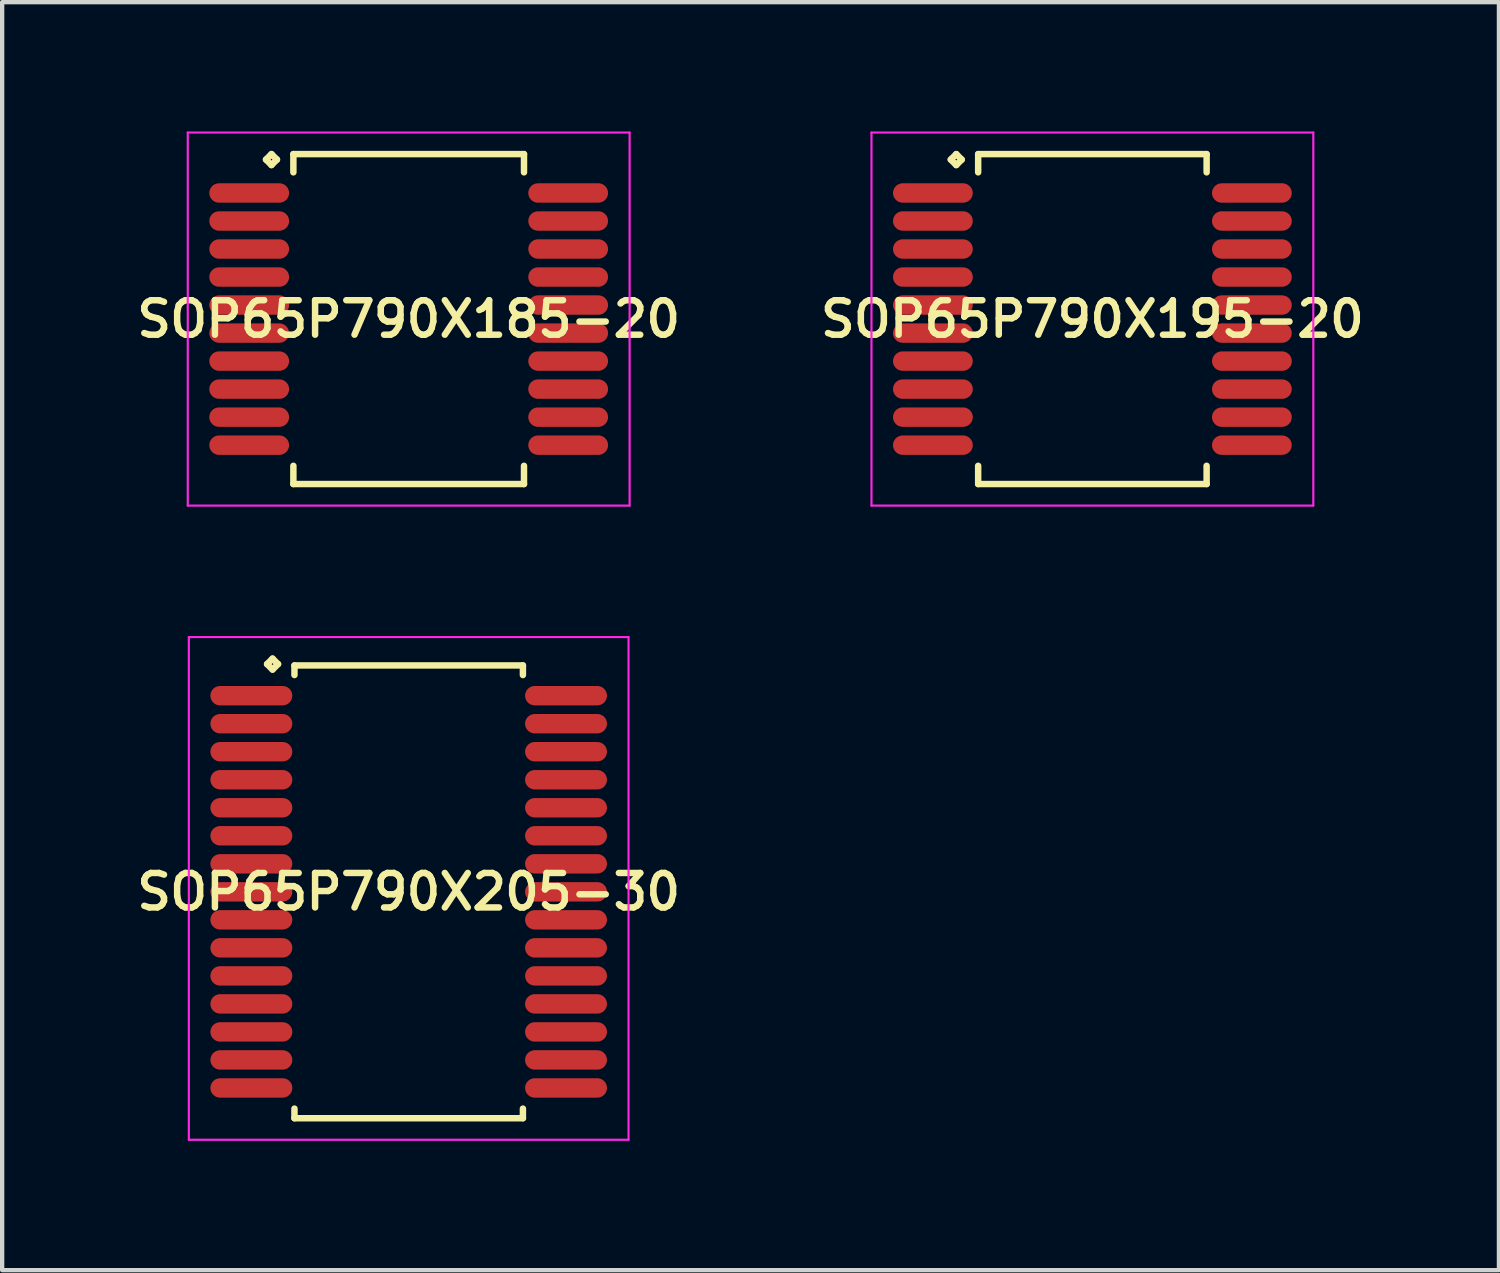
<source format=kicad_pcb>
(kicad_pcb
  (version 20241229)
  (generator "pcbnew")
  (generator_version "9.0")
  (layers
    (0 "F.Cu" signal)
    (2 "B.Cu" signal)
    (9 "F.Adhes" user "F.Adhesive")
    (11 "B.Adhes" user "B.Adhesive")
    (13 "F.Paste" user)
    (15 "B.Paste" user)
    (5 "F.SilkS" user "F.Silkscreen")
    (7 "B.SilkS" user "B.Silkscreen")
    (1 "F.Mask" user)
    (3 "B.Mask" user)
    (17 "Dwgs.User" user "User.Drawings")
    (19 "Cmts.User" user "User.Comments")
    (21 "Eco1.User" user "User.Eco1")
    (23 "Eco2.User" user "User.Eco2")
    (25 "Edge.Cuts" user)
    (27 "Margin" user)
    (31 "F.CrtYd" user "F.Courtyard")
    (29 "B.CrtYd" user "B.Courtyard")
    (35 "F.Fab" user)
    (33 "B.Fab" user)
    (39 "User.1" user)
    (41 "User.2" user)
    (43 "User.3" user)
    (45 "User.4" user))
  (footprint "SOP65P790X195-20"
    (layer "F.Cu")
    (at 22.292 4.352)
    (property "Reference" "SOP65P790X195-20" (at 0 0 0) (layer "F.SilkS") (effects (font (size 0.8 0.8) (thickness 0.15))))
    (attr smd)
    (fp_line (start -3.285 -3.7) (end -3.158 -3.827) (stroke (width 0.15) (type solid)) (layer "F.SilkS"))
    (fp_line (start -3.158 -3.827) (end -3.031 -3.7) (stroke (width 0.15) (type solid)) (layer "F.SilkS"))
    (fp_line (start -3.158 -3.573) (end -3.285 -3.7) (stroke (width 0.15) (type solid)) (layer "F.SilkS"))
    (fp_line (start -3.031 -3.7) (end -3.158 -3.573) (stroke (width 0.15) (type solid)) (layer "F.SilkS"))
    (fp_line (start -2.65 -3.827) (end 2.65 -3.827) (stroke (width 0.15) (type solid)) (layer "F.SilkS"))
    (fp_line (start -2.65 -3.404) (end -2.65 -3.827) (stroke (width 0.15) (type solid)) (layer "F.SilkS"))
    (fp_line (start -2.65 3.404) (end -2.65 3.827) (stroke (width 0.15) (type solid)) (layer "F.SilkS"))
    (fp_line (start -2.65 3.827) (end 2.65 3.827) (stroke (width 0.15) (type solid)) (layer "F.SilkS"))
    (fp_line (start 2.65 -3.827) (end 2.65 -3.404) (stroke (width 0.15) (type solid)) (layer "F.SilkS"))
    (fp_line (start 2.65 3.827) (end 2.65 3.404) (stroke (width 0.15) (type solid)) (layer "F.SilkS"))
    (fp_line (start -5.125 -4.327) (end 5.125 -4.327) (stroke (width 0.05) (type solid)) (layer "F.CrtYd"))
    (fp_line (start -5.125 4.327) (end -5.125 -4.327) (stroke (width 0.05) (type solid)) (layer "F.CrtYd"))
    (fp_line (start 5.125 -4.327) (end 5.125 4.327) (stroke (width 0.05) (type solid)) (layer "F.CrtYd"))
    (fp_line (start 5.125 4.327) (end -5.125 4.327) (stroke (width 0.05) (type solid)) (layer "F.CrtYd"))
    (pad "1" smd oval (at -3.7 -2.925) (size 1.85 0.45) (layers "F.Cu" "F.Mask" "F.Paste"))
    (pad "2" smd oval (at -3.7 -2.275) (size 1.85 0.45) (layers "F.Cu" "F.Mask" "F.Paste"))
    (pad "3" smd oval (at -3.7 -1.625) (size 1.85 0.45) (layers "F.Cu" "F.Mask" "F.Paste"))
    (pad "4" smd oval (at -3.7 -0.975) (size 1.85 0.45) (layers "F.Cu" "F.Mask" "F.Paste"))
    (pad "5" smd oval (at -3.7 -0.325) (size 1.85 0.45) (layers "F.Cu" "F.Mask" "F.Paste"))
    (pad "6" smd oval (at -3.7 0.325) (size 1.85 0.45) (layers "F.Cu" "F.Mask" "F.Paste"))
    (pad "7" smd oval (at -3.7 0.975) (size 1.85 0.45) (layers "F.Cu" "F.Mask" "F.Paste"))
    (pad "8" smd oval (at -3.7 1.625) (size 1.85 0.45) (layers "F.Cu" "F.Mask" "F.Paste"))
    (pad "9" smd oval (at -3.7 2.275) (size 1.85 0.45) (layers "F.Cu" "F.Mask" "F.Paste"))
    (pad "10" smd oval (at -3.7 2.925) (size 1.85 0.45) (layers "F.Cu" "F.Mask" "F.Paste"))
    (pad "11" smd oval (at 3.7 2.925) (size 1.85 0.45) (layers "F.Cu" "F.Mask" "F.Paste"))
    (pad "12" smd oval (at 3.7 2.275) (size 1.85 0.45) (layers "F.Cu" "F.Mask" "F.Paste"))
    (pad "13" smd oval (at 3.7 1.625) (size 1.85 0.45) (layers "F.Cu" "F.Mask" "F.Paste"))
    (pad "14" smd oval (at 3.7 0.975) (size 1.85 0.45) (layers "F.Cu" "F.Mask" "F.Paste"))
    (pad "15" smd oval (at 3.7 0.325) (size 1.85 0.45) (layers "F.Cu" "F.Mask" "F.Paste"))
    (pad "16" smd oval (at 3.7 -0.325) (size 1.85 0.45) (layers "F.Cu" "F.Mask" "F.Paste"))
    (pad "17" smd oval (at 3.7 -0.975) (size 1.85 0.45) (layers "F.Cu" "F.Mask" "F.Paste"))
    (pad "18" smd oval (at 3.7 -1.625) (size 1.85 0.45) (layers "F.Cu" "F.Mask" "F.Paste"))
    (pad "19" smd oval (at 3.7 -2.275) (size 1.85 0.45) (layers "F.Cu" "F.Mask" "F.Paste"))
    (pad "20" smd oval (at 3.7 -2.925) (size 1.85 0.45) (layers "F.Cu" "F.Mask" "F.Paste")))
  (footprint "SOP65P790X185-20"
    (layer "F.Cu")
    (at 6.431 4.352)
    (property "Reference" "SOP65P790X185-20" (at 0 0 0) (layer "F.SilkS") (effects (font (size 0.8 0.8) (thickness 0.15))))
    (attr smd)
    (fp_line (start -3.31 -3.7) (end -3.183 -3.827) (stroke (width 0.15) (type solid)) (layer "F.SilkS"))
    (fp_line (start -3.183 -3.827) (end -3.056 -3.7) (stroke (width 0.15) (type solid)) (layer "F.SilkS"))
    (fp_line (start -3.183 -3.573) (end -3.31 -3.7) (stroke (width 0.15) (type solid)) (layer "F.SilkS"))
    (fp_line (start -3.056 -3.7) (end -3.183 -3.573) (stroke (width 0.15) (type solid)) (layer "F.SilkS"))
    (fp_line (start -2.675 -3.827) (end 2.675 -3.827) (stroke (width 0.15) (type solid)) (layer "F.SilkS"))
    (fp_line (start -2.675 -3.404) (end -2.675 -3.827) (stroke (width 0.15) (type solid)) (layer "F.SilkS"))
    (fp_line (start -2.675 3.404) (end -2.675 3.827) (stroke (width 0.15) (type solid)) (layer "F.SilkS"))
    (fp_line (start -2.675 3.827) (end 2.675 3.827) (stroke (width 0.15) (type solid)) (layer "F.SilkS"))
    (fp_line (start 2.675 -3.827) (end 2.675 -3.404) (stroke (width 0.15) (type solid)) (layer "F.SilkS"))
    (fp_line (start 2.675 3.827) (end 2.675 3.404) (stroke (width 0.15) (type solid)) (layer "F.SilkS"))
    (fp_line (start -5.125 -4.327) (end 5.125 -4.327) (stroke (width 0.05) (type solid)) (layer "F.CrtYd"))
    (fp_line (start -5.125 4.327) (end -5.125 -4.327) (stroke (width 0.05) (type solid)) (layer "F.CrtYd"))
    (fp_line (start 5.125 -4.327) (end 5.125 4.327) (stroke (width 0.05) (type solid)) (layer "F.CrtYd"))
    (fp_line (start 5.125 4.327) (end -5.125 4.327) (stroke (width 0.05) (type solid)) (layer "F.CrtYd"))
    (pad "1" smd oval (at -3.7 -2.925) (size 1.85 0.45) (layers "F.Cu" "F.Mask" "F.Paste"))
    (pad "2" smd oval (at -3.7 -2.275) (size 1.85 0.45) (layers "F.Cu" "F.Mask" "F.Paste"))
    (pad "3" smd oval (at -3.7 -1.625) (size 1.85 0.45) (layers "F.Cu" "F.Mask" "F.Paste"))
    (pad "4" smd oval (at -3.7 -0.975) (size 1.85 0.45) (layers "F.Cu" "F.Mask" "F.Paste"))
    (pad "5" smd oval (at -3.7 -0.325) (size 1.85 0.45) (layers "F.Cu" "F.Mask" "F.Paste"))
    (pad "6" smd oval (at -3.7 0.325) (size 1.85 0.45) (layers "F.Cu" "F.Mask" "F.Paste"))
    (pad "7" smd oval (at -3.7 0.975) (size 1.85 0.45) (layers "F.Cu" "F.Mask" "F.Paste"))
    (pad "8" smd oval (at -3.7 1.625) (size 1.85 0.45) (layers "F.Cu" "F.Mask" "F.Paste"))
    (pad "9" smd oval (at -3.7 2.275) (size 1.85 0.45) (layers "F.Cu" "F.Mask" "F.Paste"))
    (pad "10" smd oval (at -3.7 2.925) (size 1.85 0.45) (layers "F.Cu" "F.Mask" "F.Paste"))
    (pad "11" smd oval (at 3.7 2.925) (size 1.85 0.45) (layers "F.Cu" "F.Mask" "F.Paste"))
    (pad "12" smd oval (at 3.7 2.275) (size 1.85 0.45) (layers "F.Cu" "F.Mask" "F.Paste"))
    (pad "13" smd oval (at 3.7 1.625) (size 1.85 0.45) (layers "F.Cu" "F.Mask" "F.Paste"))
    (pad "14" smd oval (at 3.7 0.975) (size 1.85 0.45) (layers "F.Cu" "F.Mask" "F.Paste"))
    (pad "15" smd oval (at 3.7 0.325) (size 1.85 0.45) (layers "F.Cu" "F.Mask" "F.Paste"))
    (pad "16" smd oval (at 3.7 -0.325) (size 1.85 0.45) (layers "F.Cu" "F.Mask" "F.Paste"))
    (pad "17" smd oval (at 3.7 -0.975) (size 1.85 0.45) (layers "F.Cu" "F.Mask" "F.Paste"))
    (pad "18" smd oval (at 3.7 -1.625) (size 1.85 0.45) (layers "F.Cu" "F.Mask" "F.Paste"))
    (pad "19" smd oval (at 3.7 -2.275) (size 1.85 0.45) (layers "F.Cu" "F.Mask" "F.Paste"))
    (pad "20" smd oval (at 3.7 -2.925) (size 1.85 0.45) (layers "F.Cu" "F.Mask" "F.Paste")))
  (footprint "SOP65P790X205-30"
    (layer "F.Cu")
    (at 6.431 17.639)
    (property "Reference" "SOP65P790X205-30" (at 0 0 0) (layer "F.SilkS") (effects (font (size 0.8 0.8) (thickness 0.15))))
    (attr smd)
    (fp_line (start -3.285 -5.283) (end -3.158 -5.41) (stroke (width 0.15) (type solid)) (layer "F.SilkS"))
    (fp_line (start -3.158 -5.41) (end -3.031 -5.283) (stroke (width 0.15) (type solid)) (layer "F.SilkS"))
    (fp_line (start -3.158 -5.156) (end -3.285 -5.283) (stroke (width 0.15) (type solid)) (layer "F.SilkS"))
    (fp_line (start -3.031 -5.283) (end -3.158 -5.156) (stroke (width 0.15) (type solid)) (layer "F.SilkS"))
    (fp_line (start -2.65 -5.252) (end 2.65 -5.252) (stroke (width 0.15) (type solid)) (layer "F.SilkS"))
    (fp_line (start -2.65 -5.029) (end -2.65 -5.252) (stroke (width 0.15) (type solid)) (layer "F.SilkS"))
    (fp_line (start -2.65 5.029) (end -2.65 5.252) (stroke (width 0.15) (type solid)) (layer "F.SilkS"))
    (fp_line (start -2.65 5.252) (end 2.65 5.252) (stroke (width 0.15) (type solid)) (layer "F.SilkS"))
    (fp_line (start 2.65 -5.252) (end 2.65 -5.029) (stroke (width 0.15) (type solid)) (layer "F.SilkS"))
    (fp_line (start 2.65 5.252) (end 2.65 5.029) (stroke (width 0.15) (type solid)) (layer "F.SilkS"))
    (fp_line (start -5.1 -5.91) (end 5.1 -5.91) (stroke (width 0.05) (type solid)) (layer "F.CrtYd"))
    (fp_line (start -5.1 5.752) (end -5.1 -5.91) (stroke (width 0.05) (type solid)) (layer "F.CrtYd"))
    (fp_line (start 5.1 -5.91) (end 5.1 5.752) (stroke (width 0.05) (type solid)) (layer "F.CrtYd"))
    (fp_line (start 5.1 5.752) (end -5.1 5.752) (stroke (width 0.05) (type solid)) (layer "F.CrtYd"))
    (pad "1" smd oval (at -3.65 -4.55) (size 1.9 0.45) (layers "F.Cu" "F.Mask" "F.Paste"))
    (pad "2" smd oval (at -3.65 -3.9) (size 1.9 0.45) (layers "F.Cu" "F.Mask" "F.Paste"))
    (pad "3" smd oval (at -3.65 -3.25) (size 1.9 0.45) (layers "F.Cu" "F.Mask" "F.Paste"))
    (pad "4" smd oval (at -3.65 -2.6) (size 1.9 0.45) (layers "F.Cu" "F.Mask" "F.Paste"))
    (pad "5" smd oval (at -3.65 -1.95) (size 1.9 0.45) (layers "F.Cu" "F.Mask" "F.Paste"))
    (pad "6" smd oval (at -3.65 -1.3) (size 1.9 0.45) (layers "F.Cu" "F.Mask" "F.Paste"))
    (pad "7" smd oval (at -3.65 -0.65) (size 1.9 0.45) (layers "F.Cu" "F.Mask" "F.Paste"))
    (pad "8" smd oval (at -3.65 0) (size 1.9 0.45) (layers "F.Cu" "F.Mask" "F.Paste"))
    (pad "9" smd oval (at -3.65 0.65) (size 1.9 0.45) (layers "F.Cu" "F.Mask" "F.Paste"))
    (pad "10" smd oval (at -3.65 1.3) (size 1.9 0.45) (layers "F.Cu" "F.Mask" "F.Paste"))
    (pad "11" smd oval (at -3.65 1.95) (size 1.9 0.45) (layers "F.Cu" "F.Mask" "F.Paste"))
    (pad "12" smd oval (at -3.65 2.6) (size 1.9 0.45) (layers "F.Cu" "F.Mask" "F.Paste"))
    (pad "13" smd oval (at -3.65 3.25) (size 1.9 0.45) (layers "F.Cu" "F.Mask" "F.Paste"))
    (pad "14" smd oval (at -3.65 3.9) (size 1.9 0.45) (layers "F.Cu" "F.Mask" "F.Paste"))
    (pad "15" smd oval (at -3.65 4.55) (size 1.9 0.45) (layers "F.Cu" "F.Mask" "F.Paste"))
    (pad "16" smd oval (at 3.65 4.55) (size 1.9 0.45) (layers "F.Cu" "F.Mask" "F.Paste"))
    (pad "17" smd oval (at 3.65 3.9) (size 1.9 0.45) (layers "F.Cu" "F.Mask" "F.Paste"))
    (pad "18" smd oval (at 3.65 3.25) (size 1.9 0.45) (layers "F.Cu" "F.Mask" "F.Paste"))
    (pad "19" smd oval (at 3.65 2.6) (size 1.9 0.45) (layers "F.Cu" "F.Mask" "F.Paste"))
    (pad "20" smd oval (at 3.65 1.95) (size 1.9 0.45) (layers "F.Cu" "F.Mask" "F.Paste"))
    (pad "21" smd oval (at 3.65 1.3) (size 1.9 0.45) (layers "F.Cu" "F.Mask" "F.Paste"))
    (pad "22" smd oval (at 3.65 0.65) (size 1.9 0.45) (layers "F.Cu" "F.Mask" "F.Paste"))
    (pad "23" smd oval (at 3.65 0) (size 1.9 0.45) (layers "F.Cu" "F.Mask" "F.Paste"))
    (pad "24" smd oval (at 3.65 -0.65) (size 1.9 0.45) (layers "F.Cu" "F.Mask" "F.Paste"))
    (pad "25" smd oval (at 3.65 -1.3) (size 1.9 0.45) (layers "F.Cu" "F.Mask" "F.Paste"))
    (pad "26" smd oval (at 3.65 -1.95) (size 1.9 0.45) (layers "F.Cu" "F.Mask" "F.Paste"))
    (pad "27" smd oval (at 3.65 -2.6) (size 1.9 0.45) (layers "F.Cu" "F.Mask" "F.Paste"))
    (pad "28" smd oval (at 3.65 -3.25) (size 1.9 0.45) (layers "F.Cu" "F.Mask" "F.Paste"))
    (pad "29" smd oval (at 3.65 -3.9) (size 1.9 0.45) (layers "F.Cu" "F.Mask" "F.Paste"))
    (pad "30" smd oval (at 3.65 -4.55) (size 1.9 0.45) (layers "F.Cu" "F.Mask" "F.Paste")))
  (gr_rect
    (start -3 -3)
    (end 31.723 26.416)
    (stroke (width 0.1) (type default))
    (fill no)
    (layer "Edge.Cuts")))
</source>
